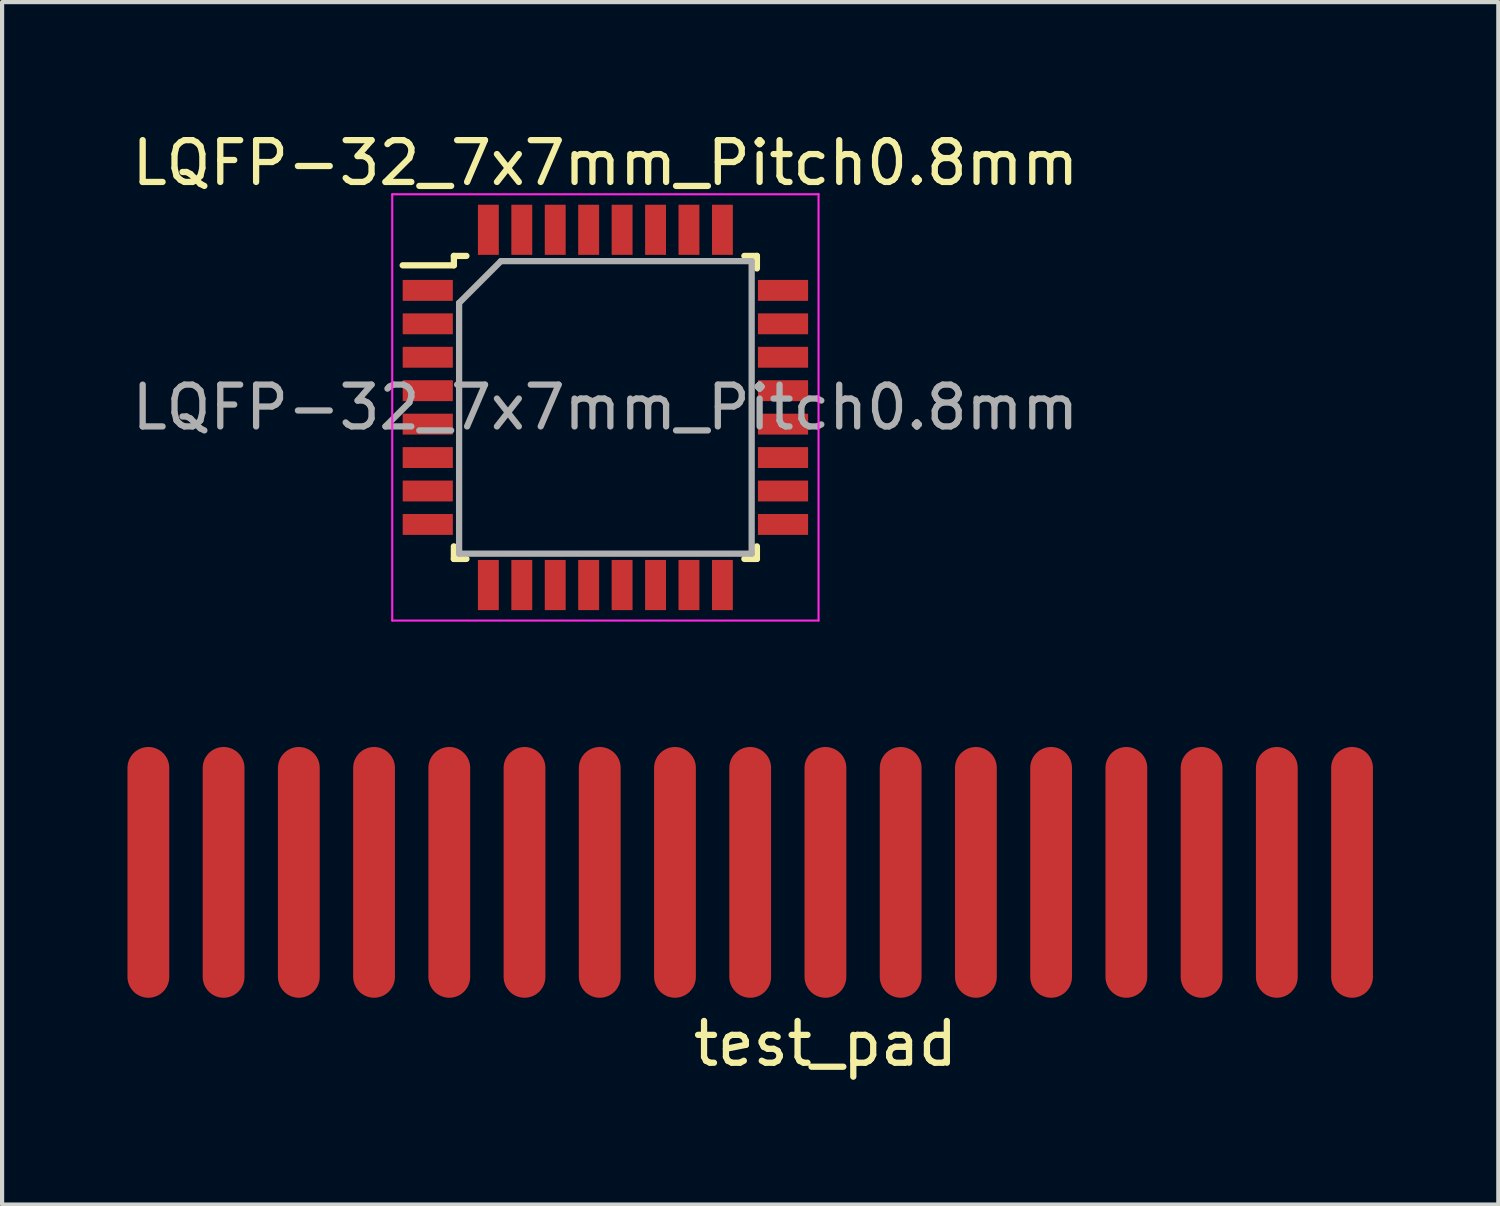
<source format=kicad_pcb>
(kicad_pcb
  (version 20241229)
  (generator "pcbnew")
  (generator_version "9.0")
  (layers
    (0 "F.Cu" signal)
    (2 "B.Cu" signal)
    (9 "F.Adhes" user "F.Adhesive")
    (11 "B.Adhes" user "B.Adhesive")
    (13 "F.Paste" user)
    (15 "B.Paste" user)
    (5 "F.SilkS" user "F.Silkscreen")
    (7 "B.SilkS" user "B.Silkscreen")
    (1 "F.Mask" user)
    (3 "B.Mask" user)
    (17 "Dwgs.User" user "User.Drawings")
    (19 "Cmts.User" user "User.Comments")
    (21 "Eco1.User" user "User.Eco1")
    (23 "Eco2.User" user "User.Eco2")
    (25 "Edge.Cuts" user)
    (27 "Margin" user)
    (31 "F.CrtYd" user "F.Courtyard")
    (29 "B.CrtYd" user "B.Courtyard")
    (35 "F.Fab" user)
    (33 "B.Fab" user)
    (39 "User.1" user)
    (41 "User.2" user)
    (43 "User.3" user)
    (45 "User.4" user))
  (footprint "LQFP-32_7x7mm_Pitch0.8mm"
    (layer "F.Cu")
    (at 11.435 6.698)
    (property "Reference" "LQFP-32_7x7mm_Pitch0.8mm" (at 0 -5.85 0) (layer "F.SilkS") (effects (font (size 1 1) (thickness 0.15))))
    (attr smd)
    (fp_line (start -3.625 -3.625) (end -3.625 -3.4) (stroke (width 0.15) (type solid)) (layer "F.SilkS"))
    (fp_line (start -3.625 -3.625) (end -3.325 -3.625) (stroke (width 0.15) (type solid)) (layer "F.SilkS"))
    (fp_line (start -3.625 -3.4) (end -4.85 -3.4) (stroke (width 0.15) (type solid)) (layer "F.SilkS"))
    (fp_line (start -3.625 3.625) (end -3.625 3.325) (stroke (width 0.15) (type solid)) (layer "F.SilkS"))
    (fp_line (start -3.625 3.625) (end -3.325 3.625) (stroke (width 0.15) (type solid)) (layer "F.SilkS"))
    (fp_line (start 3.625 -3.625) (end 3.325 -3.625) (stroke (width 0.15) (type solid)) (layer "F.SilkS"))
    (fp_line (start 3.625 -3.625) (end 3.625 -3.325) (stroke (width 0.15) (type solid)) (layer "F.SilkS"))
    (fp_line (start 3.625 3.625) (end 3.325 3.625) (stroke (width 0.15) (type solid)) (layer "F.SilkS"))
    (fp_line (start 3.625 3.625) (end 3.625 3.325) (stroke (width 0.15) (type solid)) (layer "F.SilkS"))
    (fp_line (start -5.1 -5.1) (end -5.1 5.1) (stroke (width 0.05) (type solid)) (layer "F.CrtYd"))
    (fp_line (start -5.1 -5.1) (end 5.1 -5.1) (stroke (width 0.05) (type solid)) (layer "F.CrtYd"))
    (fp_line (start -5.1 5.1) (end 5.1 5.1) (stroke (width 0.05) (type solid)) (layer "F.CrtYd"))
    (fp_line (start 5.1 -5.1) (end 5.1 5.1) (stroke (width 0.05) (type solid)) (layer "F.CrtYd"))
    (fp_line (start -3.5 -2.5) (end -2.5 -3.5) (stroke (width 0.15) (type solid)) (layer "F.Fab"))
    (fp_line (start -3.5 3.5) (end -3.5 -2.5) (stroke (width 0.15) (type solid)) (layer "F.Fab"))
    (fp_line (start -2.5 -3.5) (end 3.5 -3.5) (stroke (width 0.15) (type solid)) (layer "F.Fab"))
    (fp_line (start 3.5 -3.5) (end 3.5 3.5) (stroke (width 0.15) (type solid)) (layer "F.Fab"))
    (fp_line (start 3.5 3.5) (end -3.5 3.5) (stroke (width 0.15) (type solid)) (layer "F.Fab"))
    (fp_text user "${REFERENCE}" (at 0 0 0) (layer "F.Fab") (effects (font (size 1 1) (thickness 0.15))))
    (pad "1" smd rect (at -4.25 -2.8) (size 1.2 0.5) (layers "F.Cu" "F.Mask" "F.Paste"))
    (pad "2" smd rect (at -4.25 -2) (size 1.2 0.5) (layers "F.Cu" "F.Mask" "F.Paste"))
    (pad "3" smd rect (at -4.25 -1.2) (size 1.2 0.5) (layers "F.Cu" "F.Mask" "F.Paste"))
    (pad "4" smd rect (at -4.25 -0.4) (size 1.2 0.5) (layers "F.Cu" "F.Mask" "F.Paste"))
    (pad "5" smd rect (at -4.25 0.4) (size 1.2 0.5) (layers "F.Cu" "F.Mask" "F.Paste"))
    (pad "6" smd rect (at -4.25 1.2) (size 1.2 0.5) (layers "F.Cu" "F.Mask" "F.Paste"))
    (pad "7" smd rect (at -4.25 2) (size 1.2 0.5) (layers "F.Cu" "F.Mask" "F.Paste"))
    (pad "8" smd rect (at -4.25 2.8) (size 1.2 0.5) (layers "F.Cu" "F.Mask" "F.Paste"))
    (pad "9" smd rect (at -2.8 4.25 90) (size 1.2 0.5) (layers "F.Cu" "F.Mask" "F.Paste"))
    (pad "10" smd rect (at -2 4.25 90) (size 1.2 0.5) (layers "F.Cu" "F.Mask" "F.Paste"))
    (pad "11" smd rect (at -1.2 4.25 90) (size 1.2 0.5) (layers "F.Cu" "F.Mask" "F.Paste"))
    (pad "12" smd rect (at -0.4 4.25 90) (size 1.2 0.5) (layers "F.Cu" "F.Mask" "F.Paste"))
    (pad "13" smd rect (at 0.4 4.25 90) (size 1.2 0.5) (layers "F.Cu" "F.Mask" "F.Paste"))
    (pad "14" smd rect (at 1.2 4.25 90) (size 1.2 0.5) (layers "F.Cu" "F.Mask" "F.Paste"))
    (pad "15" smd rect (at 2 4.25 90) (size 1.2 0.5) (layers "F.Cu" "F.Mask" "F.Paste"))
    (pad "16" smd rect (at 2.8 4.25 90) (size 1.2 0.5) (layers "F.Cu" "F.Mask" "F.Paste"))
    (pad "17" smd rect (at 4.25 2.8) (size 1.2 0.5) (layers "F.Cu" "F.Mask" "F.Paste"))
    (pad "18" smd rect (at 4.25 2) (size 1.2 0.5) (layers "F.Cu" "F.Mask" "F.Paste"))
    (pad "19" smd rect (at 4.25 1.2) (size 1.2 0.5) (layers "F.Cu" "F.Mask" "F.Paste"))
    (pad "20" smd rect (at 4.25 0.4) (size 1.2 0.5) (layers "F.Cu" "F.Mask" "F.Paste"))
    (pad "21" smd rect (at 4.25 -0.4) (size 1.2 0.5) (layers "F.Cu" "F.Mask" "F.Paste"))
    (pad "22" smd rect (at 4.25 -1.2) (size 1.2 0.5) (layers "F.Cu" "F.Mask" "F.Paste"))
    (pad "23" smd rect (at 4.25 -2) (size 1.2 0.5) (layers "F.Cu" "F.Mask" "F.Paste"))
    (pad "24" smd rect (at 4.25 -2.8) (size 1.2 0.5) (layers "F.Cu" "F.Mask" "F.Paste"))
    (pad "25" smd rect (at 2.8 -4.25 90) (size 1.2 0.5) (layers "F.Cu" "F.Mask" "F.Paste"))
    (pad "26" smd rect (at 2 -4.25 90) (size 1.2 0.5) (layers "F.Cu" "F.Mask" "F.Paste"))
    (pad "27" smd rect (at 1.2 -4.25 90) (size 1.2 0.5) (layers "F.Cu" "F.Mask" "F.Paste"))
    (pad "28" smd rect (at 0.4 -4.25 90) (size 1.2 0.5) (layers "F.Cu" "F.Mask" "F.Paste"))
    (pad "29" smd rect (at -0.4 -4.25 90) (size 1.2 0.5) (layers "F.Cu" "F.Mask" "F.Paste"))
    (pad "30" smd rect (at -1.2 -4.25 90) (size 1.2 0.5) (layers "F.Cu" "F.Mask" "F.Paste"))
    (pad "31" smd rect (at -2 -4.25 90) (size 1.2 0.5) (layers "F.Cu" "F.Mask" "F.Paste"))
    (pad "32" smd rect (at -2.8 -4.25 90) (size 1.2 0.5) (layers "F.Cu" "F.Mask" "F.Paste")))
  (footprint "test_pad"
    (layer "F.Cu")
    (at 16.7 21.423)
    (property "Reference" "test_pad" (at 0 0.5 0) (layer "F.SilkS") (effects (font (size 1 1) (thickness 0.15))))
    (attr through_hole)
    (pad "1" connect oval (at -16.2 -3.6) (size 1 6) (layers "F.Cu" "F.Mask"))
    (pad "2" connect oval (at -14.4 -3.6) (size 1 6) (layers "F.Cu" "F.Mask"))
    (pad "3" connect oval (at -12.6 -3.6) (size 1 6) (layers "F.Cu" "F.Mask"))
    (pad "4" connect oval (at -10.8 -3.6) (size 1 6) (layers "F.Cu" "F.Mask"))
    (pad "5" connect oval (at -9 -3.6) (size 1 6) (layers "F.Cu" "F.Mask"))
    (pad "6" connect oval (at -7.2 -3.6) (size 1 6) (layers "F.Cu" "F.Mask"))
    (pad "7" connect oval (at -5.4 -3.6) (size 1 6) (layers "F.Cu" "F.Mask"))
    (pad "8" connect oval (at -3.6 -3.6) (size 1 6) (layers "F.Cu" "F.Mask"))
    (pad "9" connect oval (at -1.8 -3.6) (size 1 6) (layers "F.Cu" "F.Mask"))
    (pad "10" connect oval (at 0 -3.6) (size 1 6) (layers "F.Cu" "F.Mask"))
    (pad "11" connect oval (at 1.8 -3.6) (size 1 6) (layers "F.Cu" "F.Mask"))
    (pad "12" connect oval (at 3.6 -3.6) (size 1 6) (layers "F.Cu" "F.Mask"))
    (pad "13" connect oval (at 5.4 -3.6) (size 1 6) (layers "F.Cu" "F.Mask"))
    (pad "14" connect oval (at 7.2 -3.6) (size 1 6) (layers "F.Cu" "F.Mask"))
    (pad "15" connect oval (at 9 -3.6) (size 1 6) (layers "F.Cu" "F.Mask"))
    (pad "16" connect oval (at 10.8 -3.6) (size 1 6) (layers "F.Cu" "F.Mask"))
    (pad "17" connect oval (at 12.6 -3.6) (size 1 6) (layers "F.Cu" "F.Mask")))
  (gr_rect
    (start -3 -3)
    (end 32.8 25.771)
    (stroke (width 0.1) (type default))
    (fill no)
    (layer "Edge.Cuts")))
</source>
